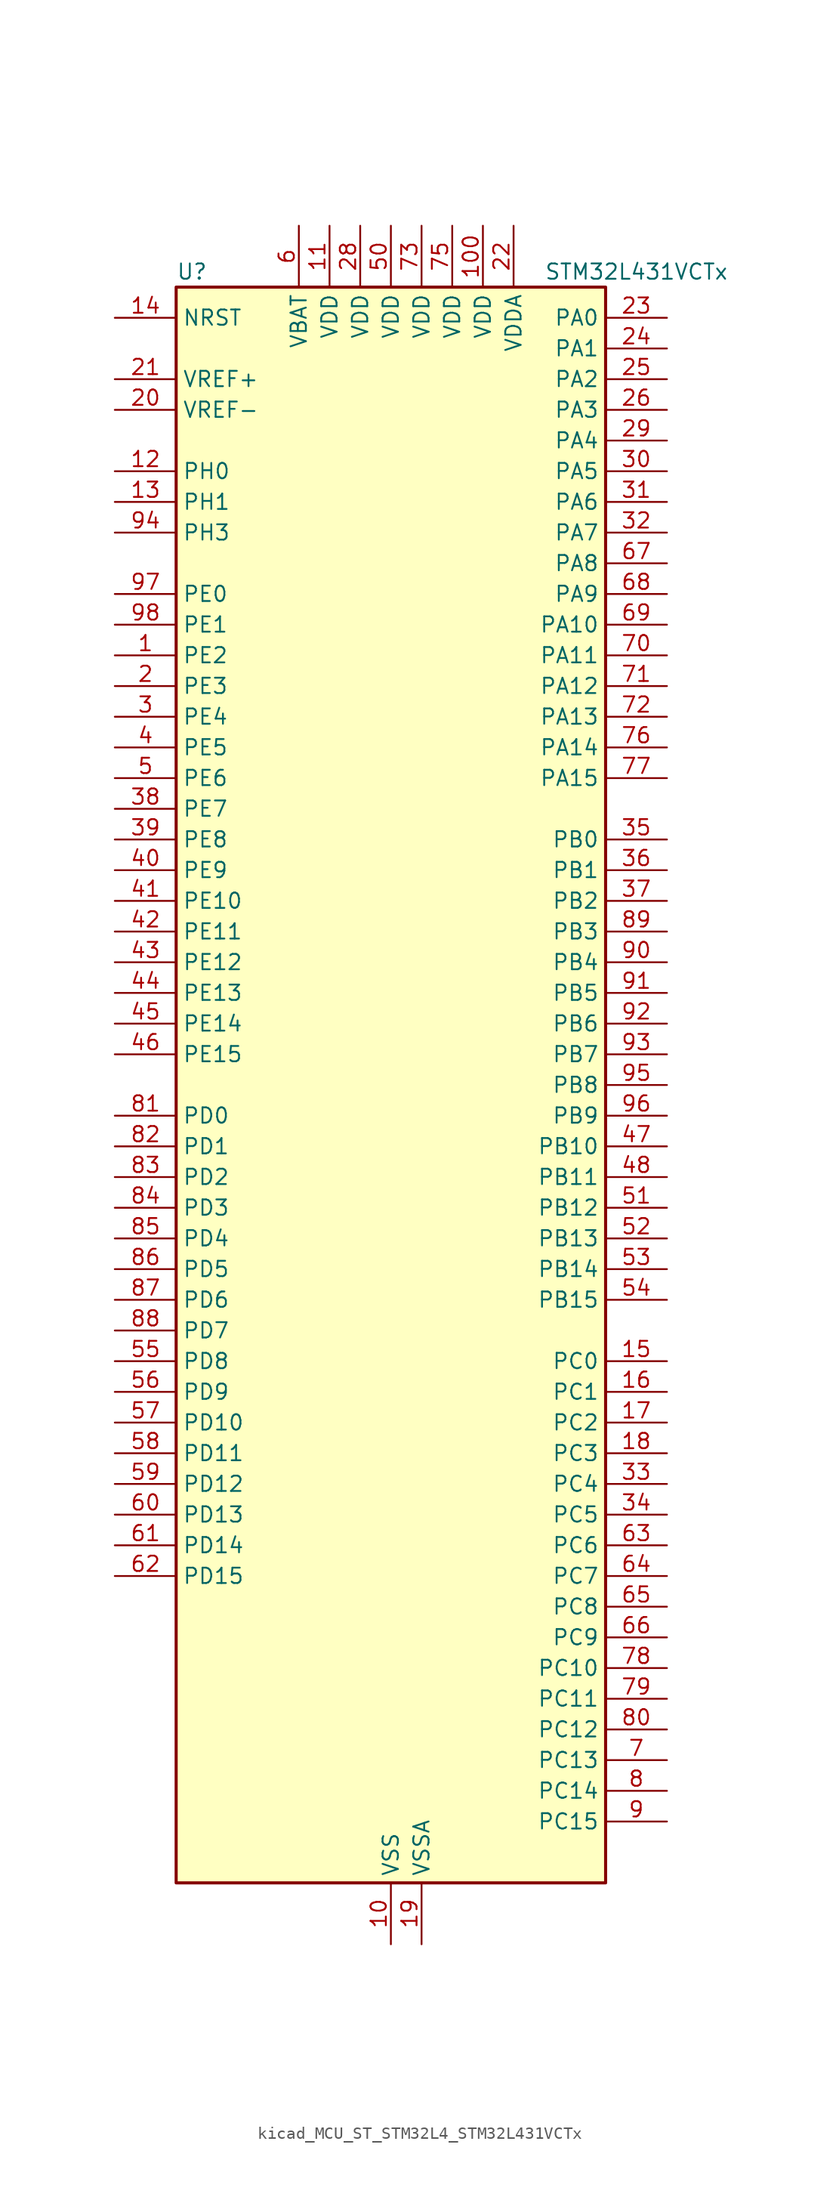
<source format=kicad_sym>
(kicad_symbol_lib
  (version 20220914)
  (generator kicad_symbol_editor)
  (symbol "kicad_MCU_ST_STM32L4_STM32L431VCTx"
    (property "Reference" "U"
      (at -17.78 67.31 0)
      (effects (font (size 1.27 1.27)) (justify left)))
    (property "Value" "STM32L431VCTx"
      (at 12.7 67.31 0)
      (effects (font (size 1.27 1.27)) (justify left)))
    (property "ki_locked" ""
      (at 0 0 0)
      (effects (font (size 1.27 1.27))))
    (symbol "kicad_MCU_ST_STM32L4_STM32L431VCTx_0_1"
      (rectangle (start -17.78 -66.04) (end 17.78 66.04) (stroke (width 0.254) (type default)) (fill (type background))))
    (symbol "kicad_MCU_ST_STM32L4_STM32L431VCTx_1_1"
      (pin bidirectional line (at -22.86 35.56 0) (length 5.08) (name "PE2" (effects (font (size 1.27 1.27)))) (number "1" (effects (font (size 1.27 1.27)))) (alternate "SAI1_MCLK_A" bidirectional line) (alternate "SYS_TRACECLK" bidirectional line) (alternate "TSC_G7_IO1" bidirectional line))
      (pin power_in line (at 0 -71.12 90) (length 5.08) (name "VSS" (effects (font (size 1.27 1.27)))) (number "10" (effects (font (size 1.27 1.27)))))
      (pin power_in line (at 7.62 71.12 270) (length 5.08) (name "VDD" (effects (font (size 1.27 1.27)))) (number "100" (effects (font (size 1.27 1.27)))))
      (pin power_in line (at -5.08 71.12 270) (length 5.08) (name "VDD" (effects (font (size 1.27 1.27)))) (number "11" (effects (font (size 1.27 1.27)))))
      (pin bidirectional line (at -22.86 50.8 0) (length 5.08) (name "PH0" (effects (font (size 1.27 1.27)))) (number "12" (effects (font (size 1.27 1.27)))) (alternate "RCC_OSC_IN" bidirectional line))
      (pin bidirectional line (at -22.86 48.26 0) (length 5.08) (name "PH1" (effects (font (size 1.27 1.27)))) (number "13" (effects (font (size 1.27 1.27)))) (alternate "RCC_OSC_OUT" bidirectional line))
      (pin input line (at -22.86 63.5 0) (length 5.08) (name "NRST" (effects (font (size 1.27 1.27)))) (number "14" (effects (font (size 1.27 1.27)))))
      (pin bidirectional line (at 22.86 -22.86 180) (length 5.08) (name "PC0" (effects (font (size 1.27 1.27)))) (number "15" (effects (font (size 1.27 1.27)))) (alternate "ADC1_IN1" bidirectional line) (alternate "I2C3_SCL" bidirectional line) (alternate "LPTIM1_IN1" bidirectional line) (alternate "LPTIM2_IN1" bidirectional line) (alternate "LPUART1_RX" bidirectional line))
      (pin bidirectional line (at 22.86 -25.4 180) (length 5.08) (name "PC1" (effects (font (size 1.27 1.27)))) (number "16" (effects (font (size 1.27 1.27)))) (alternate "ADC1_IN2" bidirectional line) (alternate "I2C3_SDA" bidirectional line) (alternate "LPTIM1_OUT" bidirectional line) (alternate "LPUART1_TX" bidirectional line))
      (pin bidirectional line (at 22.86 -27.94 180) (length 5.08) (name "PC2" (effects (font (size 1.27 1.27)))) (number "17" (effects (font (size 1.27 1.27)))) (alternate "ADC1_IN3" bidirectional line) (alternate "LPTIM1_IN2" bidirectional line) (alternate "SPI2_MISO" bidirectional line))
      (pin bidirectional line (at 22.86 -30.48 180) (length 5.08) (name "PC3" (effects (font (size 1.27 1.27)))) (number "18" (effects (font (size 1.27 1.27)))) (alternate "ADC1_IN4" bidirectional line) (alternate "LPTIM1_ETR" bidirectional line) (alternate "LPTIM2_ETR" bidirectional line) (alternate "SAI1_SD_A" bidirectional line) (alternate "SPI2_MOSI" bidirectional line))
      (pin power_in line (at 2.54 -71.12 90) (length 5.08) (name "VSSA" (effects (font (size 1.27 1.27)))) (number "19" (effects (font (size 1.27 1.27)))))
      (pin bidirectional line (at -22.86 33.02 0) (length 5.08) (name "PE3" (effects (font (size 1.27 1.27)))) (number "2" (effects (font (size 1.27 1.27)))) (alternate "SAI1_SD_B" bidirectional line) (alternate "SYS_TRACED0" bidirectional line) (alternate "TSC_G7_IO2" bidirectional line))
      (pin input line (at -22.86 55.88 0) (length 5.08) (name "VREF-" (effects (font (size 1.27 1.27)))) (number "20" (effects (font (size 1.27 1.27)))))
      (pin input line (at -22.86 58.42 0) (length 5.08) (name "VREF+" (effects (font (size 1.27 1.27)))) (number "21" (effects (font (size 1.27 1.27)))) (alternate "VREFBUF_OUT" bidirectional line))
      (pin power_in line (at 10.16 71.12 270) (length 5.08) (name "VDDA" (effects (font (size 1.27 1.27)))) (number "22" (effects (font (size 1.27 1.27)))))
      (pin bidirectional line (at 22.86 63.5 180) (length 5.08) (name "PA0" (effects (font (size 1.27 1.27)))) (number "23" (effects (font (size 1.27 1.27)))) (alternate "ADC1_IN5" bidirectional line) (alternate "COMP1_INM" bidirectional line) (alternate "COMP1_OUT" bidirectional line) (alternate "OPAMP1_VINP" bidirectional line) (alternate "RTC_TAMP2" bidirectional line) (alternate "SAI1_EXTCLK" bidirectional line) (alternate "SYS_WKUP1" bidirectional line) (alternate "TIM2_CH1" bidirectional line) (alternate "TIM2_ETR" bidirectional line) (alternate "USART2_CTS" bidirectional line))
      (pin bidirectional line (at 22.86 60.96 180) (length 5.08) (name "PA1" (effects (font (size 1.27 1.27)))) (number "24" (effects (font (size 1.27 1.27)))) (alternate "ADC1_IN6" bidirectional line) (alternate "COMP1_INP" bidirectional line) (alternate "I2C1_SMBA" bidirectional line) (alternate "OPAMP1_VINM" bidirectional line) (alternate "SPI1_SCK" bidirectional line) (alternate "TIM15_CH1N" bidirectional line) (alternate "TIM2_CH2" bidirectional line) (alternate "USART2_DE" bidirectional line) (alternate "USART2_RTS" bidirectional line))
      (pin bidirectional line (at 22.86 58.42 180) (length 5.08) (name "PA2" (effects (font (size 1.27 1.27)))) (number "25" (effects (font (size 1.27 1.27)))) (alternate "ADC1_IN7" bidirectional line) (alternate "COMP2_INM" bidirectional line) (alternate "COMP2_OUT" bidirectional line) (alternate "LPUART1_TX" bidirectional line) (alternate "QUADSPI_BK1_NCS" bidirectional line) (alternate "RCC_LSCO" bidirectional line) (alternate "SYS_WKUP4" bidirectional line) (alternate "TIM15_CH1" bidirectional line) (alternate "TIM2_CH3" bidirectional line) (alternate "USART2_TX" bidirectional line))
      (pin bidirectional line (at 22.86 55.88 180) (length 5.08) (name "PA3" (effects (font (size 1.27 1.27)))) (number "26" (effects (font (size 1.27 1.27)))) (alternate "ADC1_IN8" bidirectional line) (alternate "COMP2_INP" bidirectional line) (alternate "LPUART1_RX" bidirectional line) (alternate "OPAMP1_VOUT" bidirectional line) (alternate "QUADSPI_CLK" bidirectional line) (alternate "SAI1_MCLK_A" bidirectional line) (alternate "TIM15_CH2" bidirectional line) (alternate "TIM2_CH4" bidirectional line) (alternate "USART2_RX" bidirectional line))
      (pin passive line (at 0 -71.12 90) (length 5.08) hide (name "VSS" (effects (font (size 1.27 1.27)))) (number "27" (effects (font (size 1.27 1.27)))))
      (pin power_in line (at -2.54 71.12 270) (length 5.08) (name "VDD" (effects (font (size 1.27 1.27)))) (number "28" (effects (font (size 1.27 1.27)))))
      (pin bidirectional line (at 22.86 53.34 180) (length 5.08) (name "PA4" (effects (font (size 1.27 1.27)))) (number "29" (effects (font (size 1.27 1.27)))) (alternate "ADC1_IN9" bidirectional line) (alternate "COMP1_INM" bidirectional line) (alternate "COMP2_INM" bidirectional line) (alternate "DAC1_OUT1" bidirectional line) (alternate "LPTIM2_OUT" bidirectional line) (alternate "SAI1_FS_B" bidirectional line) (alternate "SPI1_NSS" bidirectional line) (alternate "SPI3_NSS" bidirectional line) (alternate "USART2_CK" bidirectional line))
      (pin bidirectional line (at -22.86 30.48 0) (length 5.08) (name "PE4" (effects (font (size 1.27 1.27)))) (number "3" (effects (font (size 1.27 1.27)))) (alternate "SAI1_FS_A" bidirectional line) (alternate "SYS_TRACED1" bidirectional line) (alternate "TSC_G7_IO3" bidirectional line))
      (pin bidirectional line (at 22.86 50.8 180) (length 5.08) (name "PA5" (effects (font (size 1.27 1.27)))) (number "30" (effects (font (size 1.27 1.27)))) (alternate "ADC1_IN10" bidirectional line) (alternate "COMP1_INM" bidirectional line) (alternate "COMP2_INM" bidirectional line) (alternate "DAC1_OUT2" bidirectional line) (alternate "LPTIM2_ETR" bidirectional line) (alternate "SPI1_SCK" bidirectional line) (alternate "TIM2_CH1" bidirectional line) (alternate "TIM2_ETR" bidirectional line))
      (pin bidirectional line (at 22.86 48.26 180) (length 5.08) (name "PA6" (effects (font (size 1.27 1.27)))) (number "31" (effects (font (size 1.27 1.27)))) (alternate "ADC1_IN11" bidirectional line) (alternate "COMP1_OUT" bidirectional line) (alternate "LPUART1_CTS" bidirectional line) (alternate "QUADSPI_BK1_IO3" bidirectional line) (alternate "SPI1_MISO" bidirectional line) (alternate "TIM16_CH1" bidirectional line) (alternate "TIM1_BKIN" bidirectional line) (alternate "TIM1_BKIN_COMP2" bidirectional line) (alternate "USART3_CTS" bidirectional line))
      (pin bidirectional line (at 22.86 45.72 180) (length 5.08) (name "PA7" (effects (font (size 1.27 1.27)))) (number "32" (effects (font (size 1.27 1.27)))) (alternate "ADC1_IN12" bidirectional line) (alternate "COMP2_OUT" bidirectional line) (alternate "I2C3_SCL" bidirectional line) (alternate "QUADSPI_BK1_IO2" bidirectional line) (alternate "SPI1_MOSI" bidirectional line) (alternate "TIM1_CH1N" bidirectional line))
      (pin bidirectional line (at 22.86 -33.02 180) (length 5.08) (name "PC4" (effects (font (size 1.27 1.27)))) (number "33" (effects (font (size 1.27 1.27)))) (alternate "ADC1_IN13" bidirectional line) (alternate "COMP1_INM" bidirectional line) (alternate "USART3_TX" bidirectional line))
      (pin bidirectional line (at 22.86 -35.56 180) (length 5.08) (name "PC5" (effects (font (size 1.27 1.27)))) (number "34" (effects (font (size 1.27 1.27)))) (alternate "ADC1_IN14" bidirectional line) (alternate "COMP1_INP" bidirectional line) (alternate "SYS_WKUP5" bidirectional line) (alternate "USART3_RX" bidirectional line))
      (pin bidirectional line (at 22.86 20.32 180) (length 5.08) (name "PB0" (effects (font (size 1.27 1.27)))) (number "35" (effects (font (size 1.27 1.27)))) (alternate "ADC1_IN15" bidirectional line) (alternate "COMP1_OUT" bidirectional line) (alternate "QUADSPI_BK1_IO1" bidirectional line) (alternate "SAI1_EXTCLK" bidirectional line) (alternate "SPI1_NSS" bidirectional line) (alternate "TIM1_CH2N" bidirectional line) (alternate "USART3_CK" bidirectional line))
      (pin bidirectional line (at 22.86 17.78 180) (length 5.08) (name "PB1" (effects (font (size 1.27 1.27)))) (number "36" (effects (font (size 1.27 1.27)))) (alternate "ADC1_IN16" bidirectional line) (alternate "COMP1_INM" bidirectional line) (alternate "LPTIM2_IN1" bidirectional line) (alternate "LPUART1_DE" bidirectional line) (alternate "LPUART1_RTS" bidirectional line) (alternate "QUADSPI_BK1_IO0" bidirectional line) (alternate "TIM1_CH3N" bidirectional line) (alternate "USART3_DE" bidirectional line) (alternate "USART3_RTS" bidirectional line))
      (pin bidirectional line (at 22.86 15.24 180) (length 5.08) (name "PB2" (effects (font (size 1.27 1.27)))) (number "37" (effects (font (size 1.27 1.27)))) (alternate "COMP1_INP" bidirectional line) (alternate "I2C3_SMBA" bidirectional line) (alternate "LPTIM1_OUT" bidirectional line) (alternate "RTC_OUT_ALARM" bidirectional line) (alternate "RTC_OUT_CALIB" bidirectional line))
      (pin bidirectional line (at -22.86 22.86 0) (length 5.08) (name "PE7" (effects (font (size 1.27 1.27)))) (number "38" (effects (font (size 1.27 1.27)))) (alternate "SAI1_SD_B" bidirectional line) (alternate "TIM1_ETR" bidirectional line))
      (pin bidirectional line (at -22.86 20.32 0) (length 5.08) (name "PE8" (effects (font (size 1.27 1.27)))) (number "39" (effects (font (size 1.27 1.27)))) (alternate "SAI1_SCK_B" bidirectional line) (alternate "TIM1_CH1N" bidirectional line))
      (pin bidirectional line (at -22.86 27.94 0) (length 5.08) (name "PE5" (effects (font (size 1.27 1.27)))) (number "4" (effects (font (size 1.27 1.27)))) (alternate "SAI1_SCK_A" bidirectional line) (alternate "SYS_TRACED2" bidirectional line) (alternate "TSC_G7_IO4" bidirectional line))
      (pin bidirectional line (at -22.86 17.78 0) (length 5.08) (name "PE9" (effects (font (size 1.27 1.27)))) (number "40" (effects (font (size 1.27 1.27)))) (alternate "DAC1_EXTI9" bidirectional line) (alternate "SAI1_FS_B" bidirectional line) (alternate "TIM1_CH1" bidirectional line))
      (pin bidirectional line (at -22.86 15.24 0) (length 5.08) (name "PE10" (effects (font (size 1.27 1.27)))) (number "41" (effects (font (size 1.27 1.27)))) (alternate "QUADSPI_CLK" bidirectional line) (alternate "SAI1_MCLK_B" bidirectional line) (alternate "TIM1_CH2N" bidirectional line) (alternate "TSC_G5_IO1" bidirectional line))
      (pin bidirectional line (at -22.86 12.7 0) (length 5.08) (name "PE11" (effects (font (size 1.27 1.27)))) (number "42" (effects (font (size 1.27 1.27)))) (alternate "ADC1_EXTI11" bidirectional line) (alternate "QUADSPI_BK1_NCS" bidirectional line) (alternate "TIM1_CH2" bidirectional line) (alternate "TSC_G5_IO2" bidirectional line))
      (pin bidirectional line (at -22.86 10.16 0) (length 5.08) (name "PE12" (effects (font (size 1.27 1.27)))) (number "43" (effects (font (size 1.27 1.27)))) (alternate "QUADSPI_BK1_IO0" bidirectional line) (alternate "SPI1_NSS" bidirectional line) (alternate "TIM1_CH3N" bidirectional line) (alternate "TSC_G5_IO3" bidirectional line))
      (pin bidirectional line (at -22.86 7.62 0) (length 5.08) (name "PE13" (effects (font (size 1.27 1.27)))) (number "44" (effects (font (size 1.27 1.27)))) (alternate "QUADSPI_BK1_IO1" bidirectional line) (alternate "SPI1_SCK" bidirectional line) (alternate "TIM1_CH3" bidirectional line) (alternate "TSC_G5_IO4" bidirectional line))
      (pin bidirectional line (at -22.86 5.08 0) (length 5.08) (name "PE14" (effects (font (size 1.27 1.27)))) (number "45" (effects (font (size 1.27 1.27)))) (alternate "QUADSPI_BK1_IO2" bidirectional line) (alternate "SPI1_MISO" bidirectional line) (alternate "TIM1_BKIN2" bidirectional line) (alternate "TIM1_BKIN2_COMP2" bidirectional line) (alternate "TIM1_CH4" bidirectional line))
      (pin bidirectional line (at -22.86 2.54 0) (length 5.08) (name "PE15" (effects (font (size 1.27 1.27)))) (number "46" (effects (font (size 1.27 1.27)))) (alternate "ADC1_EXTI15" bidirectional line) (alternate "QUADSPI_BK1_IO3" bidirectional line) (alternate "SPI1_MOSI" bidirectional line) (alternate "TIM1_BKIN" bidirectional line) (alternate "TIM1_BKIN_COMP1" bidirectional line))
      (pin bidirectional line (at 22.86 -5.08 180) (length 5.08) (name "PB10" (effects (font (size 1.27 1.27)))) (number "47" (effects (font (size 1.27 1.27)))) (alternate "COMP1_OUT" bidirectional line) (alternate "I2C2_SCL" bidirectional line) (alternate "LPUART1_RX" bidirectional line) (alternate "QUADSPI_CLK" bidirectional line) (alternate "SAI1_SCK_A" bidirectional line) (alternate "SPI2_SCK" bidirectional line) (alternate "TIM2_CH3" bidirectional line) (alternate "TSC_SYNC" bidirectional line) (alternate "USART3_TX" bidirectional line))
      (pin bidirectional line (at 22.86 -7.62 180) (length 5.08) (name "PB11" (effects (font (size 1.27 1.27)))) (number "48" (effects (font (size 1.27 1.27)))) (alternate "ADC1_EXTI11" bidirectional line) (alternate "COMP2_OUT" bidirectional line) (alternate "I2C2_SDA" bidirectional line) (alternate "LPUART1_TX" bidirectional line) (alternate "QUADSPI_BK1_NCS" bidirectional line) (alternate "TIM2_CH4" bidirectional line) (alternate "USART3_RX" bidirectional line))
      (pin passive line (at 0 -71.12 90) (length 5.08) hide (name "VSS" (effects (font (size 1.27 1.27)))) (number "49" (effects (font (size 1.27 1.27)))))
      (pin bidirectional line (at -22.86 25.4 0) (length 5.08) (name "PE6" (effects (font (size 1.27 1.27)))) (number "5" (effects (font (size 1.27 1.27)))) (alternate "RTC_TAMP3" bidirectional line) (alternate "SAI1_SD_A" bidirectional line) (alternate "SYS_TRACED3" bidirectional line) (alternate "SYS_WKUP3" bidirectional line))
      (pin power_in line (at 0 71.12 270) (length 5.08) (name "VDD" (effects (font (size 1.27 1.27)))) (number "50" (effects (font (size 1.27 1.27)))))
      (pin bidirectional line (at 22.86 -10.16 180) (length 5.08) (name "PB12" (effects (font (size 1.27 1.27)))) (number "51" (effects (font (size 1.27 1.27)))) (alternate "I2C2_SMBA" bidirectional line) (alternate "LPUART1_DE" bidirectional line) (alternate "LPUART1_RTS" bidirectional line) (alternate "SAI1_FS_A" bidirectional line) (alternate "SPI2_NSS" bidirectional line) (alternate "SWPMI1_IO" bidirectional line) (alternate "TIM15_BKIN" bidirectional line) (alternate "TIM1_BKIN" bidirectional line) (alternate "TIM1_BKIN_COMP2" bidirectional line) (alternate "TSC_G1_IO1" bidirectional line) (alternate "USART3_CK" bidirectional line))
      (pin bidirectional line (at 22.86 -12.7 180) (length 5.08) (name "PB13" (effects (font (size 1.27 1.27)))) (number "52" (effects (font (size 1.27 1.27)))) (alternate "I2C2_SCL" bidirectional line) (alternate "LPUART1_CTS" bidirectional line) (alternate "SAI1_SCK_A" bidirectional line) (alternate "SPI2_SCK" bidirectional line) (alternate "SWPMI1_TX" bidirectional line) (alternate "TIM15_CH1N" bidirectional line) (alternate "TIM1_CH1N" bidirectional line) (alternate "TSC_G1_IO2" bidirectional line) (alternate "USART3_CTS" bidirectional line))
      (pin bidirectional line (at 22.86 -15.24 180) (length 5.08) (name "PB14" (effects (font (size 1.27 1.27)))) (number "53" (effects (font (size 1.27 1.27)))) (alternate "I2C2_SDA" bidirectional line) (alternate "SAI1_MCLK_A" bidirectional line) (alternate "SPI2_MISO" bidirectional line) (alternate "SWPMI1_RX" bidirectional line) (alternate "TIM15_CH1" bidirectional line) (alternate "TIM1_CH2N" bidirectional line) (alternate "TSC_G1_IO3" bidirectional line) (alternate "USART3_DE" bidirectional line) (alternate "USART3_RTS" bidirectional line))
      (pin bidirectional line (at 22.86 -17.78 180) (length 5.08) (name "PB15" (effects (font (size 1.27 1.27)))) (number "54" (effects (font (size 1.27 1.27)))) (alternate "ADC1_EXTI15" bidirectional line) (alternate "RTC_REFIN" bidirectional line) (alternate "SAI1_SD_A" bidirectional line) (alternate "SPI2_MOSI" bidirectional line) (alternate "SWPMI1_SUSPEND" bidirectional line) (alternate "TIM15_CH2" bidirectional line) (alternate "TIM1_CH3N" bidirectional line) (alternate "TSC_G1_IO4" bidirectional line))
      (pin bidirectional line (at -22.86 -22.86 0) (length 5.08) (name "PD8" (effects (font (size 1.27 1.27)))) (number "55" (effects (font (size 1.27 1.27)))) (alternate "USART3_TX" bidirectional line))
      (pin bidirectional line (at -22.86 -25.4 0) (length 5.08) (name "PD9" (effects (font (size 1.27 1.27)))) (number "56" (effects (font (size 1.27 1.27)))) (alternate "DAC1_EXTI9" bidirectional line) (alternate "USART3_RX" bidirectional line))
      (pin bidirectional line (at -22.86 -27.94 0) (length 5.08) (name "PD10" (effects (font (size 1.27 1.27)))) (number "57" (effects (font (size 1.27 1.27)))) (alternate "TSC_G6_IO1" bidirectional line) (alternate "USART3_CK" bidirectional line))
      (pin bidirectional line (at -22.86 -30.48 0) (length 5.08) (name "PD11" (effects (font (size 1.27 1.27)))) (number "58" (effects (font (size 1.27 1.27)))) (alternate "ADC1_EXTI11" bidirectional line) (alternate "LPTIM2_ETR" bidirectional line) (alternate "TSC_G6_IO2" bidirectional line) (alternate "USART3_CTS" bidirectional line))
      (pin bidirectional line (at -22.86 -33.02 0) (length 5.08) (name "PD12" (effects (font (size 1.27 1.27)))) (number "59" (effects (font (size 1.27 1.27)))) (alternate "LPTIM2_IN1" bidirectional line) (alternate "TSC_G6_IO3" bidirectional line) (alternate "USART3_DE" bidirectional line) (alternate "USART3_RTS" bidirectional line))
      (pin power_in line (at -7.62 71.12 270) (length 5.08) (name "VBAT" (effects (font (size 1.27 1.27)))) (number "6" (effects (font (size 1.27 1.27)))))
      (pin bidirectional line (at -22.86 -35.56 0) (length 5.08) (name "PD13" (effects (font (size 1.27 1.27)))) (number "60" (effects (font (size 1.27 1.27)))) (alternate "LPTIM2_OUT" bidirectional line) (alternate "TSC_G6_IO4" bidirectional line))
      (pin bidirectional line (at -22.86 -38.1 0) (length 5.08) (name "PD14" (effects (font (size 1.27 1.27)))) (number "61" (effects (font (size 1.27 1.27)))))
      (pin bidirectional line (at -22.86 -40.64 0) (length 5.08) (name "PD15" (effects (font (size 1.27 1.27)))) (number "62" (effects (font (size 1.27 1.27)))) (alternate "ADC1_EXTI15" bidirectional line))
      (pin bidirectional line (at 22.86 -38.1 180) (length 5.08) (name "PC6" (effects (font (size 1.27 1.27)))) (number "63" (effects (font (size 1.27 1.27)))) (alternate "SDMMC1_D6" bidirectional line) (alternate "TSC_G4_IO1" bidirectional line))
      (pin bidirectional line (at 22.86 -40.64 180) (length 5.08) (name "PC7" (effects (font (size 1.27 1.27)))) (number "64" (effects (font (size 1.27 1.27)))) (alternate "SDMMC1_D7" bidirectional line) (alternate "TSC_G4_IO2" bidirectional line))
      (pin bidirectional line (at 22.86 -43.18 180) (length 5.08) (name "PC8" (effects (font (size 1.27 1.27)))) (number "65" (effects (font (size 1.27 1.27)))) (alternate "SDMMC1_D0" bidirectional line) (alternate "TSC_G4_IO3" bidirectional line))
      (pin bidirectional line (at 22.86 -45.72 180) (length 5.08) (name "PC9" (effects (font (size 1.27 1.27)))) (number "66" (effects (font (size 1.27 1.27)))) (alternate "DAC1_EXTI9" bidirectional line) (alternate "SDMMC1_D1" bidirectional line) (alternate "TSC_G4_IO4" bidirectional line))
      (pin bidirectional line (at 22.86 43.18 180) (length 5.08) (name "PA8" (effects (font (size 1.27 1.27)))) (number "67" (effects (font (size 1.27 1.27)))) (alternate "LPTIM2_OUT" bidirectional line) (alternate "RCC_MCO" bidirectional line) (alternate "SAI1_SCK_A" bidirectional line) (alternate "SWPMI1_IO" bidirectional line) (alternate "TIM1_CH1" bidirectional line) (alternate "USART1_CK" bidirectional line))
      (pin bidirectional line (at 22.86 40.64 180) (length 5.08) (name "PA9" (effects (font (size 1.27 1.27)))) (number "68" (effects (font (size 1.27 1.27)))) (alternate "DAC1_EXTI9" bidirectional line) (alternate "I2C1_SCL" bidirectional line) (alternate "SAI1_FS_A" bidirectional line) (alternate "TIM15_BKIN" bidirectional line) (alternate "TIM1_CH2" bidirectional line) (alternate "USART1_TX" bidirectional line))
      (pin bidirectional line (at 22.86 38.1 180) (length 5.08) (name "PA10" (effects (font (size 1.27 1.27)))) (number "69" (effects (font (size 1.27 1.27)))) (alternate "I2C1_SDA" bidirectional line) (alternate "SAI1_SD_A" bidirectional line) (alternate "TIM1_CH3" bidirectional line) (alternate "USART1_RX" bidirectional line))
      (pin bidirectional line (at 22.86 -55.88 180) (length 5.08) (name "PC13" (effects (font (size 1.27 1.27)))) (number "7" (effects (font (size 1.27 1.27)))) (alternate "RTC_OUT_ALARM" bidirectional line) (alternate "RTC_OUT_CALIB" bidirectional line) (alternate "RTC_TAMP1" bidirectional line) (alternate "RTC_TS" bidirectional line) (alternate "SYS_WKUP2" bidirectional line))
      (pin bidirectional line (at 22.86 35.56 180) (length 5.08) (name "PA11" (effects (font (size 1.27 1.27)))) (number "70" (effects (font (size 1.27 1.27)))) (alternate "ADC1_EXTI11" bidirectional line) (alternate "CAN1_RX" bidirectional line) (alternate "COMP1_OUT" bidirectional line) (alternate "SPI1_MISO" bidirectional line) (alternate "TIM1_BKIN2" bidirectional line) (alternate "TIM1_BKIN2_COMP1" bidirectional line) (alternate "TIM1_CH4" bidirectional line) (alternate "USART1_CTS" bidirectional line))
      (pin bidirectional line (at 22.86 33.02 180) (length 5.08) (name "PA12" (effects (font (size 1.27 1.27)))) (number "71" (effects (font (size 1.27 1.27)))) (alternate "CAN1_TX" bidirectional line) (alternate "SPI1_MOSI" bidirectional line) (alternate "TIM1_ETR" bidirectional line) (alternate "USART1_DE" bidirectional line) (alternate "USART1_RTS" bidirectional line))
      (pin bidirectional line (at 22.86 30.48 180) (length 5.08) (name "PA13" (effects (font (size 1.27 1.27)))) (number "72" (effects (font (size 1.27 1.27)))) (alternate "IR_OUT" bidirectional line) (alternate "SAI1_SD_B" bidirectional line) (alternate "SWPMI1_TX" bidirectional line) (alternate "SYS_JTMS-SWDIO" bidirectional line))
      (pin power_in line (at 2.54 71.12 270) (length 5.08) (name "VDD" (effects (font (size 1.27 1.27)))) (number "73" (effects (font (size 1.27 1.27)))))
      (pin passive line (at 0 -71.12 90) (length 5.08) hide (name "VSS" (effects (font (size 1.27 1.27)))) (number "74" (effects (font (size 1.27 1.27)))))
      (pin power_in line (at 5.08 71.12 270) (length 5.08) (name "VDD" (effects (font (size 1.27 1.27)))) (number "75" (effects (font (size 1.27 1.27)))))
      (pin bidirectional line (at 22.86 27.94 180) (length 5.08) (name "PA14" (effects (font (size 1.27 1.27)))) (number "76" (effects (font (size 1.27 1.27)))) (alternate "I2C1_SMBA" bidirectional line) (alternate "LPTIM1_OUT" bidirectional line) (alternate "SAI1_FS_B" bidirectional line) (alternate "SWPMI1_RX" bidirectional line) (alternate "SYS_JTCK-SWCLK" bidirectional line))
      (pin bidirectional line (at 22.86 25.4 180) (length 5.08) (name "PA15" (effects (font (size 1.27 1.27)))) (number "77" (effects (font (size 1.27 1.27)))) (alternate "ADC1_EXTI15" bidirectional line) (alternate "SPI1_NSS" bidirectional line) (alternate "SPI3_NSS" bidirectional line) (alternate "SWPMI1_SUSPEND" bidirectional line) (alternate "SYS_JTDI" bidirectional line) (alternate "TIM2_CH1" bidirectional line) (alternate "TIM2_ETR" bidirectional line) (alternate "TSC_G3_IO1" bidirectional line) (alternate "USART2_RX" bidirectional line) (alternate "USART3_DE" bidirectional line) (alternate "USART3_RTS" bidirectional line))
      (pin bidirectional line (at 22.86 -48.26 180) (length 5.08) (name "PC10" (effects (font (size 1.27 1.27)))) (number "78" (effects (font (size 1.27 1.27)))) (alternate "SDMMC1_D2" bidirectional line) (alternate "SPI3_SCK" bidirectional line) (alternate "TSC_G3_IO2" bidirectional line) (alternate "USART3_TX" bidirectional line))
      (pin bidirectional line (at 22.86 -50.8 180) (length 5.08) (name "PC11" (effects (font (size 1.27 1.27)))) (number "79" (effects (font (size 1.27 1.27)))) (alternate "ADC1_EXTI11" bidirectional line) (alternate "SDMMC1_D3" bidirectional line) (alternate "SPI3_MISO" bidirectional line) (alternate "TSC_G3_IO3" bidirectional line) (alternate "USART3_RX" bidirectional line))
      (pin bidirectional line (at 22.86 -58.42 180) (length 5.08) (name "PC14" (effects (font (size 1.27 1.27)))) (number "8" (effects (font (size 1.27 1.27)))) (alternate "RCC_OSC32_IN" bidirectional line))
      (pin bidirectional line (at 22.86 -53.34 180) (length 5.08) (name "PC12" (effects (font (size 1.27 1.27)))) (number "80" (effects (font (size 1.27 1.27)))) (alternate "SDMMC1_CK" bidirectional line) (alternate "SPI3_MOSI" bidirectional line) (alternate "TSC_G3_IO4" bidirectional line) (alternate "USART3_CK" bidirectional line))
      (pin bidirectional line (at -22.86 -2.54 0) (length 5.08) (name "PD0" (effects (font (size 1.27 1.27)))) (number "81" (effects (font (size 1.27 1.27)))) (alternate "CAN1_RX" bidirectional line) (alternate "SPI2_NSS" bidirectional line))
      (pin bidirectional line (at -22.86 -5.08 0) (length 5.08) (name "PD1" (effects (font (size 1.27 1.27)))) (number "82" (effects (font (size 1.27 1.27)))) (alternate "CAN1_TX" bidirectional line) (alternate "SPI2_SCK" bidirectional line))
      (pin bidirectional line (at -22.86 -7.62 0) (length 5.08) (name "PD2" (effects (font (size 1.27 1.27)))) (number "83" (effects (font (size 1.27 1.27)))) (alternate "SDMMC1_CMD" bidirectional line) (alternate "TSC_SYNC" bidirectional line) (alternate "USART3_DE" bidirectional line) (alternate "USART3_RTS" bidirectional line))
      (pin bidirectional line (at -22.86 -10.16 0) (length 5.08) (name "PD3" (effects (font (size 1.27 1.27)))) (number "84" (effects (font (size 1.27 1.27)))) (alternate "QUADSPI_BK2_NCS" bidirectional line) (alternate "SPI2_MISO" bidirectional line) (alternate "USART2_CTS" bidirectional line))
      (pin bidirectional line (at -22.86 -12.7 0) (length 5.08) (name "PD4" (effects (font (size 1.27 1.27)))) (number "85" (effects (font (size 1.27 1.27)))) (alternate "QUADSPI_BK2_IO0" bidirectional line) (alternate "SPI2_MOSI" bidirectional line) (alternate "USART2_DE" bidirectional line) (alternate "USART2_RTS" bidirectional line))
      (pin bidirectional line (at -22.86 -15.24 0) (length 5.08) (name "PD5" (effects (font (size 1.27 1.27)))) (number "86" (effects (font (size 1.27 1.27)))) (alternate "QUADSPI_BK2_IO1" bidirectional line) (alternate "USART2_TX" bidirectional line))
      (pin bidirectional line (at -22.86 -17.78 0) (length 5.08) (name "PD6" (effects (font (size 1.27 1.27)))) (number "87" (effects (font (size 1.27 1.27)))) (alternate "QUADSPI_BK2_IO2" bidirectional line) (alternate "SAI1_SD_A" bidirectional line) (alternate "USART2_RX" bidirectional line))
      (pin bidirectional line (at -22.86 -20.32 0) (length 5.08) (name "PD7" (effects (font (size 1.27 1.27)))) (number "88" (effects (font (size 1.27 1.27)))) (alternate "QUADSPI_BK2_IO3" bidirectional line) (alternate "USART2_CK" bidirectional line))
      (pin bidirectional line (at 22.86 12.7 180) (length 5.08) (name "PB3" (effects (font (size 1.27 1.27)))) (number "89" (effects (font (size 1.27 1.27)))) (alternate "COMP2_INM" bidirectional line) (alternate "SAI1_SCK_B" bidirectional line) (alternate "SPI1_SCK" bidirectional line) (alternate "SPI3_SCK" bidirectional line) (alternate "SYS_JTDO-SWO" bidirectional line) (alternate "TIM2_CH2" bidirectional line) (alternate "USART1_DE" bidirectional line) (alternate "USART1_RTS" bidirectional line))
      (pin bidirectional line (at 22.86 -60.96 180) (length 5.08) (name "PC15" (effects (font (size 1.27 1.27)))) (number "9" (effects (font (size 1.27 1.27)))) (alternate "ADC1_EXTI15" bidirectional line) (alternate "RCC_OSC32_OUT" bidirectional line))
      (pin bidirectional line (at 22.86 10.16 180) (length 5.08) (name "PB4" (effects (font (size 1.27 1.27)))) (number "90" (effects (font (size 1.27 1.27)))) (alternate "COMP2_INP" bidirectional line) (alternate "I2C3_SDA" bidirectional line) (alternate "SAI1_MCLK_B" bidirectional line) (alternate "SPI1_MISO" bidirectional line) (alternate "SPI3_MISO" bidirectional line) (alternate "SYS_JTRST" bidirectional line) (alternate "TSC_G2_IO1" bidirectional line) (alternate "USART1_CTS" bidirectional line))
      (pin bidirectional line (at 22.86 7.62 180) (length 5.08) (name "PB5" (effects (font (size 1.27 1.27)))) (number "91" (effects (font (size 1.27 1.27)))) (alternate "COMP2_OUT" bidirectional line) (alternate "I2C1_SMBA" bidirectional line) (alternate "LPTIM1_IN1" bidirectional line) (alternate "SAI1_SD_B" bidirectional line) (alternate "SPI1_MOSI" bidirectional line) (alternate "SPI3_MOSI" bidirectional line) (alternate "TIM16_BKIN" bidirectional line) (alternate "TSC_G2_IO2" bidirectional line) (alternate "USART1_CK" bidirectional line))
      (pin bidirectional line (at 22.86 5.08 180) (length 5.08) (name "PB6" (effects (font (size 1.27 1.27)))) (number "92" (effects (font (size 1.27 1.27)))) (alternate "COMP2_INP" bidirectional line) (alternate "I2C1_SCL" bidirectional line) (alternate "LPTIM1_ETR" bidirectional line) (alternate "SAI1_FS_B" bidirectional line) (alternate "TIM16_CH1N" bidirectional line) (alternate "TSC_G2_IO3" bidirectional line) (alternate "USART1_TX" bidirectional line))
      (pin bidirectional line (at 22.86 2.54 180) (length 5.08) (name "PB7" (effects (font (size 1.27 1.27)))) (number "93" (effects (font (size 1.27 1.27)))) (alternate "COMP2_INM" bidirectional line) (alternate "I2C1_SDA" bidirectional line) (alternate "LPTIM1_IN2" bidirectional line) (alternate "SYS_PVD_IN" bidirectional line) (alternate "TSC_G2_IO4" bidirectional line) (alternate "USART1_RX" bidirectional line))
      (pin bidirectional line (at -22.86 45.72 0) (length 5.08) (name "PH3" (effects (font (size 1.27 1.27)))) (number "94" (effects (font (size 1.27 1.27)))))
      (pin bidirectional line (at 22.86 0 180) (length 5.08) (name "PB8" (effects (font (size 1.27 1.27)))) (number "95" (effects (font (size 1.27 1.27)))) (alternate "CAN1_RX" bidirectional line) (alternate "I2C1_SCL" bidirectional line) (alternate "SAI1_MCLK_A" bidirectional line) (alternate "SDMMC1_D4" bidirectional line) (alternate "TIM16_CH1" bidirectional line))
      (pin bidirectional line (at 22.86 -2.54 180) (length 5.08) (name "PB9" (effects (font (size 1.27 1.27)))) (number "96" (effects (font (size 1.27 1.27)))) (alternate "CAN1_TX" bidirectional line) (alternate "DAC1_EXTI9" bidirectional line) (alternate "I2C1_SDA" bidirectional line) (alternate "IR_OUT" bidirectional line) (alternate "SAI1_FS_A" bidirectional line) (alternate "SDMMC1_D5" bidirectional line) (alternate "SPI2_NSS" bidirectional line))
      (pin bidirectional line (at -22.86 40.64 0) (length 5.08) (name "PE0" (effects (font (size 1.27 1.27)))) (number "97" (effects (font (size 1.27 1.27)))) (alternate "TIM16_CH1" bidirectional line))
      (pin bidirectional line (at -22.86 38.1 0) (length 5.08) (name "PE1" (effects (font (size 1.27 1.27)))) (number "98" (effects (font (size 1.27 1.27)))))
      (pin passive line (at 0 -71.12 90) (length 5.08) hide (name "VSS" (effects (font (size 1.27 1.27)))) (number "99" (effects (font (size 1.27 1.27))))))))
</source>
